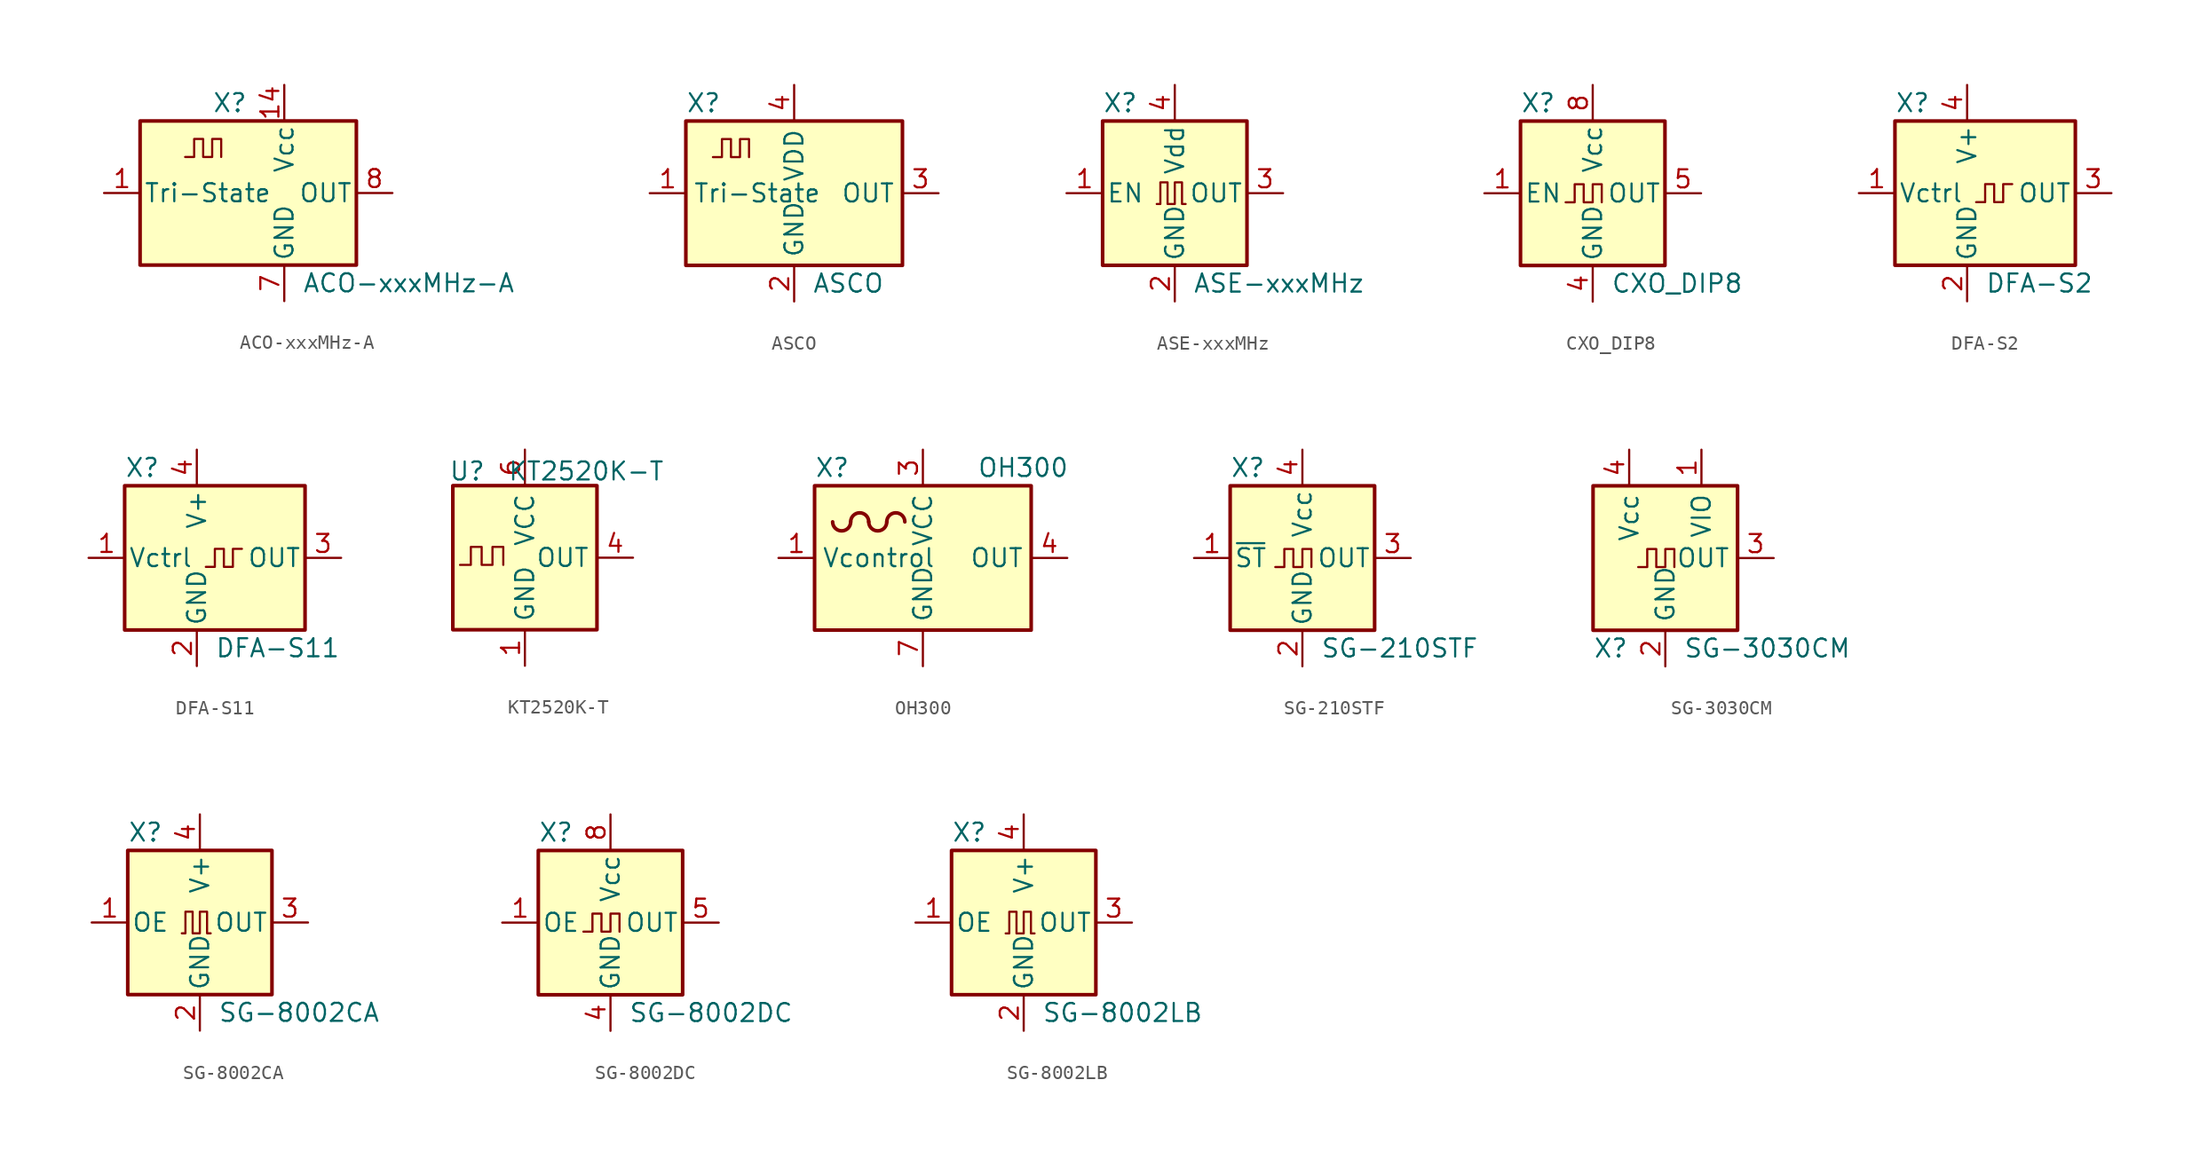
<source format=kicad_sym>
(kicad_symbol_lib
  (version 20201005)
  (generator kicad_symbol_editor)
  (symbol "ACO-xxxMHz-A"
    (pin_names
      (offset 0.254))
    (property "Reference" "X"
      (at -5.08 6.35 0)
      (effects (font (size 1.27 1.27)) (justify left)))
    (property "Value" "ACO-xxxMHz-A"
      (at 1.27 -6.35 0)
      (effects (font (size 1.27 1.27)) (justify left)))
    (symbol "ACO-xxxMHz-A_0_1"
      (rectangle (start -10.16 5.08) (end 5.08 -5.08) (stroke (width 0.254)) (fill (type background)))
      (polyline (pts (xy -6.985 2.54) (xy -6.35 2.54) (xy -6.35 3.81) (xy -5.715 3.81) (xy -5.715 2.54) (xy -5.08 2.54) (xy -5.08 3.81) (xy -4.445 3.81) (xy -4.445 2.54)) (stroke (width 0)) (fill (type none))))
    (symbol "ACO-xxxMHz-A_1_1"
      (pin tri_state line (at -12.7 0 0) (length 2.54) (name "Tri-State" (effects (font (size 1.27 1.27)))) (number "1" (effects (font (size 1.27 1.27)))))
      (pin power_in line (at 0 7.62 270) (length 2.54) (name "Vcc" (effects (font (size 1.27 1.27)))) (number "14" (effects (font (size 1.27 1.27)))))
      (pin power_in line (at 0 -7.62 90) (length 2.54) (name "GND" (effects (font (size 1.27 1.27)))) (number "7" (effects (font (size 1.27 1.27)))))
      (pin output line (at 7.62 0 180) (length 2.54) (name "OUT" (effects (font (size 1.27 1.27)))) (number "8" (effects (font (size 1.27 1.27)))))))
  (symbol "ASCO"
    (property "Reference" "X"
      (at -7.62 6.35 0)
      (effects (font (size 1.27 1.27)) (justify left)))
    (property "Value" "ASCO"
      (at 1.27 -6.35 0)
      (effects (font (size 1.27 1.27)) (justify left)))
    (symbol "ASCO_0_1"
      (rectangle (start -7.62 5.08) (end 7.62 -5.08) (stroke (width 0.254)) (fill (type background)))
      (polyline (pts (xy -5.715 2.54) (xy -5.08 2.54) (xy -5.08 3.81) (xy -4.445 3.81) (xy -4.445 2.54) (xy -3.81 2.54) (xy -3.81 3.81) (xy -3.175 3.81) (xy -3.175 2.54)) (stroke (width 0)) (fill (type none))))
    (symbol "ASCO_1_1"
      (pin tri_state line (at -10.16 0 0) (length 2.54) (name "Tri-State" (effects (font (size 1.27 1.27)))) (number "1" (effects (font (size 1.27 1.27)))))
      (pin power_in line (at 0 -7.62 90) (length 2.54) (name "GND" (effects (font (size 1.27 1.27)))) (number "2" (effects (font (size 1.27 1.27)))))
      (pin output line (at 10.16 0 180) (length 2.54) (name "OUT" (effects (font (size 1.27 1.27)))) (number "3" (effects (font (size 1.27 1.27)))))
      (pin power_in line (at 0 7.62 270) (length 2.54) (name "VDD" (effects (font (size 1.27 1.27)))) (number "4" (effects (font (size 1.27 1.27)))))))
  (symbol "ASE-xxxMHz"
    (pin_names
      (offset 0.254))
    (property "Reference" "X"
      (at -5.08 6.35 0)
      (effects (font (size 1.27 1.27)) (justify left)))
    (property "Value" "ASE-xxxMHz"
      (at 1.27 -6.35 0)
      (effects (font (size 1.27 1.27)) (justify left)))
    (symbol "ASE-xxxMHz_0_1"
      (rectangle (start -5.08 5.08) (end 5.08 -5.08) (stroke (width 0.254)) (fill (type background)))
      (polyline (pts (xy -1.27 -0.762) (xy -1.016 -0.762) (xy -1.016 0.762) (xy -0.508 0.762) (xy -0.508 -0.762) (xy 0 -0.762) (xy 0 0.762) (xy 0.508 0.762) (xy 0.508 -0.762) (xy 0.762 -0.762)) (stroke (width 0)) (fill (type none))))
    (symbol "ASE-xxxMHz_1_1"
      (pin input line (at -7.62 0 0) (length 2.54) (name "EN" (effects (font (size 1.27 1.27)))) (number "1" (effects (font (size 1.27 1.27)))))
      (pin power_in line (at 0 -7.62 90) (length 2.54) (name "GND" (effects (font (size 1.27 1.27)))) (number "2" (effects (font (size 1.27 1.27)))))
      (pin output line (at 7.62 0 180) (length 2.54) (name "OUT" (effects (font (size 1.27 1.27)))) (number "3" (effects (font (size 1.27 1.27)))))
      (pin power_in line (at 0 7.62 270) (length 2.54) (name "Vdd" (effects (font (size 1.27 1.27)))) (number "4" (effects (font (size 1.27 1.27)))))))
  (symbol "CXO_DIP8"
    (pin_names
      (offset 0.254))
    (property "Reference" "X"
      (at -5.08 6.35 0)
      (effects (font (size 1.27 1.27)) (justify left)))
    (property "Value" "CXO_DIP8"
      (at 1.27 -6.35 0)
      (effects (font (size 1.27 1.27)) (justify left)))
    (symbol "CXO_DIP8_0_1"
      (rectangle (start -5.08 5.08) (end 5.08 -5.08) (stroke (width 0.254)) (fill (type background)))
      (polyline (pts (xy -1.905 -0.635) (xy -1.27 -0.635) (xy -1.27 0.635) (xy -0.635 0.635) (xy -0.635 -0.635) (xy 0 -0.635) (xy 0 0.635) (xy 0.635 0.635) (xy 0.635 -0.635)) (stroke (width 0)) (fill (type none))))
    (symbol "CXO_DIP8_1_1"
      (pin input line (at -7.62 0 0) (length 2.54) (name "EN" (effects (font (size 1.27 1.27)))) (number "1" (effects (font (size 1.27 1.27)))))
      (pin power_in line (at 0 -7.62 90) (length 2.54) (name "GND" (effects (font (size 1.27 1.27)))) (number "4" (effects (font (size 1.27 1.27)))))
      (pin output line (at 7.62 0 180) (length 2.54) (name "OUT" (effects (font (size 1.27 1.27)))) (number "5" (effects (font (size 1.27 1.27)))))
      (pin power_in line (at 0 7.62 270) (length 2.54) (name "Vcc" (effects (font (size 1.27 1.27)))) (number "8" (effects (font (size 1.27 1.27)))))))
  (symbol "DFA-S2"
    (pin_names
      (offset 0.254))
    (property "Reference" "X"
      (at -5.08 6.35 0)
      (effects (font (size 1.27 1.27)) (justify left)))
    (property "Value" "DFA-S2"
      (at 1.27 -6.35 0)
      (effects (font (size 1.27 1.27)) (justify left)))
    (symbol "DFA-S2_0_1"
      (rectangle (start -5.08 5.08) (end 7.62 -5.08) (stroke (width 0.254)) (fill (type background)))
      (polyline (pts (xy 0.635 -0.635) (xy 1.27 -0.635) (xy 1.27 0.635) (xy 1.905 0.635) (xy 1.905 -0.635) (xy 2.54 -0.635) (xy 2.54 0.635) (xy 3.175 0.635)) (stroke (width 0)) (fill (type none))))
    (symbol "DFA-S2_1_1"
      (pin input line (at -7.62 0 0) (length 2.54) (name "Vctrl" (effects (font (size 1.27 1.27)))) (number "1" (effects (font (size 1.27 1.27)))))
      (pin power_in line (at 0 -7.62 90) (length 2.54) (name "GND" (effects (font (size 1.27 1.27)))) (number "2" (effects (font (size 1.27 1.27)))))
      (pin output line (at 10.16 0 180) (length 2.54) (name "OUT" (effects (font (size 1.27 1.27)))) (number "3" (effects (font (size 1.27 1.27)))))
      (pin power_in line (at 0 7.62 270) (length 2.54) (name "V+" (effects (font (size 1.27 1.27)))) (number "4" (effects (font (size 1.27 1.27)))))))
  (symbol "DFA-S11"
    (pin_names
      (offset 0.254))
    (property "Reference" "X"
      (at -5.08 6.35 0)
      (effects (font (size 1.27 1.27)) (justify left)))
    (property "Value" "DFA-S11"
      (at 1.27 -6.35 0)
      (effects (font (size 1.27 1.27)) (justify left)))
    (symbol "DFA-S11_0_1"
      (rectangle (start -5.08 5.08) (end 7.62 -5.08) (stroke (width 0.254)) (fill (type background)))
      (polyline (pts (xy 0.635 -0.635) (xy 1.27 -0.635) (xy 1.27 0.635) (xy 1.905 0.635) (xy 1.905 -0.635) (xy 2.54 -0.635) (xy 2.54 0.635) (xy 3.175 0.635)) (stroke (width 0)) (fill (type none))))
    (symbol "DFA-S11_1_1"
      (pin input line (at -7.62 0 0) (length 2.54) (name "Vctrl" (effects (font (size 1.27 1.27)))) (number "1" (effects (font (size 1.27 1.27)))))
      (pin power_in line (at 0 -7.62 90) (length 2.54) (name "GND" (effects (font (size 1.27 1.27)))) (number "2" (effects (font (size 1.27 1.27)))))
      (pin output line (at 10.16 0 180) (length 2.54) (name "OUT" (effects (font (size 1.27 1.27)))) (number "3" (effects (font (size 1.27 1.27)))))
      (pin power_in line (at 0 7.62 270) (length 2.54) (name "V+" (effects (font (size 1.27 1.27)))) (number "4" (effects (font (size 1.27 1.27)))))))
  (symbol "KT2520K-T"
    (property "Reference" "U"
      (at -4.064 6.096 0)
      (effects (font (size 1.27 1.27))))
    (property "Value" "KT2520K-T"
      (at 4.318 6.096 0)
      (effects (font (size 1.27 1.27))))
    (symbol "KT2520K-T_0_1"
      (rectangle (start -5.08 5.08) (end 5.08 -5.08) (stroke (width 0.254)) (fill (type background)))
      (polyline (pts (xy -4.572 -0.508) (xy -3.81 -0.508) (xy -3.81 0.762) (xy -3.048 0.762) (xy -3.048 -0.508) (xy -2.286 -0.508) (xy -2.286 0.762) (xy -1.524 0.762) (xy -1.524 -0.508)) (stroke (width 0)) (fill (type none))))
    (symbol "KT2520K-T_1_1"
      (pin power_in line (at 0 -7.62 90) (length 2.54) (name "GND" (effects (font (size 1.27 1.27)))) (number "1" (effects (font (size 1.27 1.27)))))
      (pin no_connect line (at -5.08 2.54 0) (length 2.54) hide (name "NC" (effects (font (size 1.27 1.27)))) (number "2" (effects (font (size 1.27 1.27)))))
      (pin passive line (at 0 -7.62 90) (length 2.54) hide (name "GND" (effects (font (size 1.27 1.27)))) (number "3" (effects (font (size 1.27 1.27)))))
      (pin output line (at 7.62 0 180) (length 2.54) (name "OUT" (effects (font (size 1.27 1.27)))) (number "4" (effects (font (size 1.27 1.27)))))
      (pin no_connect line (at -5.08 -2.54 0) (length 2.54) hide (name "NC" (effects (font (size 1.27 1.27)))) (number "5" (effects (font (size 1.27 1.27)))))
      (pin power_in line (at 0 7.62 270) (length 2.54) (name "VCC" (effects (font (size 1.27 1.27)))) (number "6" (effects (font (size 1.27 1.27)))))))
  (symbol "OH300"
    (property "Reference" "X"
      (at -7.62 6.35 0)
      (effects (font (size 1.27 1.27)) (justify left)))
    (property "Value" "OH300"
      (at 3.81 6.35 0)
      (effects (font (size 1.27 1.27)) (justify left)))
    (symbol "OH300_0_1"
      (arc (start -6.35 2.54) (end -5.08 2.54) (radius (at -5.715 2.54) (length 0.635) (angles -179.9 -0.1)) (stroke (width 0.254)) (fill (type none)))
      (arc (start -3.81 2.54) (end -5.08 2.54) (radius (at -4.445 2.54) (length 0.635) (angles 0.1 179.9)) (stroke (width 0.254)) (fill (type none)))
      (arc (start -3.81 2.54) (end -2.54 2.54) (radius (at -3.175 2.54) (length 0.635) (angles -179.9 -0.1)) (stroke (width 0.254)) (fill (type none)))
      (arc (start -1.27 2.54) (end -2.54 2.54) (radius (at -1.905 2.54) (length 0.635) (angles 0.1 179.9)) (stroke (width 0.254)) (fill (type none)))
      (rectangle (start -7.62 5.08) (end 7.62 -5.08) (stroke (width 0.254)) (fill (type background))))
    (symbol "OH300_1_1"
      (pin input line (at -10.16 0 0) (length 2.54) (name "Vcontrol" (effects (font (size 1.27 1.27)))) (number "1" (effects (font (size 1.27 1.27)))))
      (pin no_connect line (at 2.54 -5.08 90) (length 2.54) hide (name "NC" (effects (font (size 1.27 1.27)))) (number "2" (effects (font (size 1.27 1.27)))))
      (pin power_in line (at 0 7.62 270) (length 2.54) (name "VCC" (effects (font (size 1.27 1.27)))) (number "3" (effects (font (size 1.27 1.27)))))
      (pin output line (at 10.16 0 180) (length 2.54) (name "OUT" (effects (font (size 1.27 1.27)))) (number "4" (effects (font (size 1.27 1.27)))))
      (pin no_connect line (at -2.54 -5.08 90) (length 2.54) hide (name "NC" (effects (font (size 1.27 1.27)))) (number "5" (effects (font (size 1.27 1.27)))))
      (pin no_connect line (at -5.08 -5.08 90) (length 2.54) hide (name "NC" (effects (font (size 1.27 1.27)))) (number "6" (effects (font (size 1.27 1.27)))))
      (pin power_in line (at 0 -7.62 90) (length 2.54) (name "GND" (effects (font (size 1.27 1.27)))) (number "7" (effects (font (size 1.27 1.27)))))))
  (symbol "SG-210STF"
    (pin_names
      (offset 0.254))
    (property "Reference" "X"
      (at -5.08 6.35 0)
      (effects (font (size 1.27 1.27)) (justify left)))
    (property "Value" "SG-210STF"
      (at 1.27 -6.35 0)
      (effects (font (size 1.27 1.27)) (justify left)))
    (symbol "SG-210STF_0_1"
      (rectangle (start -5.08 5.08) (end 5.08 -5.08) (stroke (width 0.254)) (fill (type background)))
      (polyline (pts (xy -1.905 -0.635) (xy -1.27 -0.635) (xy -1.27 0.635) (xy -0.635 0.635) (xy -0.635 -0.635) (xy 0 -0.635) (xy 0 0.635) (xy 0.635 0.635) (xy 0.635 -0.635)) (stroke (width 0)) (fill (type none))))
    (symbol "SG-210STF_1_1"
      (pin input line (at -7.62 0 0) (length 2.54) (name "~ST~" (effects (font (size 1.27 1.27)))) (number "1" (effects (font (size 1.27 1.27)))))
      (pin power_in line (at 0 -7.62 90) (length 2.54) (name "GND" (effects (font (size 1.27 1.27)))) (number "2" (effects (font (size 1.27 1.27)))))
      (pin output line (at 7.62 0 180) (length 2.54) (name "OUT" (effects (font (size 1.27 1.27)))) (number "3" (effects (font (size 1.27 1.27)))))
      (pin power_in line (at 0 7.62 270) (length 2.54) (name "Vcc" (effects (font (size 1.27 1.27)))) (number "4" (effects (font (size 1.27 1.27)))))))
  (symbol "SG-3030CM"
    (property "Reference" "X"
      (at -5.08 -6.35 0)
      (effects (font (size 1.27 1.27)) (justify left)))
    (property "Value" "SG-3030CM"
      (at 1.27 -6.35 0)
      (effects (font (size 1.27 1.27)) (justify left)))
    (symbol "SG-3030CM_0_1"
      (rectangle (start -5.08 5.08) (end 5.08 -5.08) (stroke (width 0.254)) (fill (type background)))
      (polyline (pts (xy -1.905 -0.635) (xy -1.27 -0.635) (xy -1.27 0.635) (xy -0.635 0.635) (xy -0.635 -0.635) (xy 0 -0.635) (xy 0 0.635) (xy 0.635 0.635) (xy 0.635 -0.635)) (stroke (width 0)) (fill (type none))))
    (symbol "SG-3030CM_1_1"
      (pin power_in line (at 2.54 7.62 270) (length 2.54) (name "VIO" (effects (font (size 1.27 1.27)))) (number "1" (effects (font (size 1.27 1.27)))))
      (pin power_in line (at 0 -7.62 90) (length 2.54) (name "GND" (effects (font (size 1.27 1.27)))) (number "2" (effects (font (size 1.27 1.27)))))
      (pin output line (at 7.62 0 180) (length 2.54) (name "OUT" (effects (font (size 1.27 1.27)))) (number "3" (effects (font (size 1.27 1.27)))))
      (pin power_in line (at -2.54 7.62 270) (length 2.54) (name "Vcc" (effects (font (size 1.27 1.27)))) (number "4" (effects (font (size 1.27 1.27)))))))
  (symbol "SG-8002CA"
    (pin_names
      (offset 0.254))
    (property "Reference" "X"
      (at -5.08 6.35 0)
      (effects (font (size 1.27 1.27)) (justify left)))
    (property "Value" "SG-8002CA"
      (at 1.27 -6.35 0)
      (effects (font (size 1.27 1.27)) (justify left)))
    (symbol "SG-8002CA_0_1"
      (rectangle (start -5.08 5.08) (end 5.08 -5.08) (stroke (width 0.254)) (fill (type background)))
      (polyline (pts (xy -1.27 -0.762) (xy -1.016 -0.762) (xy -1.016 0.762) (xy -0.508 0.762) (xy -0.508 -0.762) (xy 0 -0.762) (xy 0 0.762) (xy 0.508 0.762) (xy 0.508 -0.762) (xy 0.762 -0.762)) (stroke (width 0)) (fill (type none))))
    (symbol "SG-8002CA_1_1"
      (pin input line (at -7.62 0 0) (length 2.54) (name "OE" (effects (font (size 1.27 1.27)))) (number "1" (effects (font (size 1.27 1.27)))))
      (pin power_in line (at 0 -7.62 90) (length 2.54) (name "GND" (effects (font (size 1.27 1.27)))) (number "2" (effects (font (size 1.27 1.27)))))
      (pin output line (at 7.62 0 180) (length 2.54) (name "OUT" (effects (font (size 1.27 1.27)))) (number "3" (effects (font (size 1.27 1.27)))))
      (pin power_in line (at 0 7.62 270) (length 2.54) (name "V+" (effects (font (size 1.27 1.27)))) (number "4" (effects (font (size 1.27 1.27)))))))
  (symbol "SG-8002DC"
    (pin_names
      (offset 0.254))
    (property "Reference" "X"
      (at -5.08 6.35 0)
      (effects (font (size 1.27 1.27)) (justify left)))
    (property "Value" "SG-8002DC"
      (at 1.27 -6.35 0)
      (effects (font (size 1.27 1.27)) (justify left)))
    (symbol "SG-8002DC_0_1"
      (rectangle (start -5.08 5.08) (end 5.08 -5.08) (stroke (width 0.254)) (fill (type background)))
      (polyline (pts (xy -1.905 -0.635) (xy -1.27 -0.635) (xy -1.27 0.635) (xy -0.635 0.635) (xy -0.635 -0.635) (xy 0 -0.635) (xy 0 0.635) (xy 0.635 0.635) (xy 0.635 -0.635)) (stroke (width 0)) (fill (type none))))
    (symbol "SG-8002DC_1_1"
      (pin input line (at -7.62 0 0) (length 2.54) (name "OE" (effects (font (size 1.27 1.27)))) (number "1" (effects (font (size 1.27 1.27)))))
      (pin power_in line (at 0 -7.62 90) (length 2.54) (name "GND" (effects (font (size 1.27 1.27)))) (number "4" (effects (font (size 1.27 1.27)))))
      (pin output line (at 7.62 0 180) (length 2.54) (name "OUT" (effects (font (size 1.27 1.27)))) (number "5" (effects (font (size 1.27 1.27)))))
      (pin power_in line (at 0 7.62 270) (length 2.54) (name "Vcc" (effects (font (size 1.27 1.27)))) (number "8" (effects (font (size 1.27 1.27)))))))
  (symbol "SG-8002LB"
    (pin_names
      (offset 0.254))
    (property "Reference" "X"
      (at -5.08 6.35 0)
      (effects (font (size 1.27 1.27)) (justify left)))
    (property "Value" "SG-8002LB"
      (at 1.27 -6.35 0)
      (effects (font (size 1.27 1.27)) (justify left)))
    (symbol "SG-8002LB_0_1"
      (rectangle (start -5.08 5.08) (end 5.08 -5.08) (stroke (width 0.254)) (fill (type background)))
      (polyline (pts (xy -1.27 -0.762) (xy -1.016 -0.762) (xy -1.016 0.762) (xy -0.508 0.762) (xy -0.508 -0.762) (xy 0 -0.762) (xy 0 0.762) (xy 0.508 0.762) (xy 0.508 -0.762) (xy 0.762 -0.762)) (stroke (width 0)) (fill (type none))))
    (symbol "SG-8002LB_1_1"
      (pin input line (at -7.62 0 0) (length 2.54) (name "OE" (effects (font (size 1.27 1.27)))) (number "1" (effects (font (size 1.27 1.27)))))
      (pin power_in line (at 0 -7.62 90) (length 2.54) (name "GND" (effects (font (size 1.27 1.27)))) (number "2" (effects (font (size 1.27 1.27)))))
      (pin output line (at 7.62 0 180) (length 2.54) (name "OUT" (effects (font (size 1.27 1.27)))) (number "3" (effects (font (size 1.27 1.27)))))
      (pin power_in line (at 0 7.62 270) (length 2.54) (name "V+" (effects (font (size 1.27 1.27)))) (number "4" (effects (font (size 1.27 1.27))))))))
</source>
